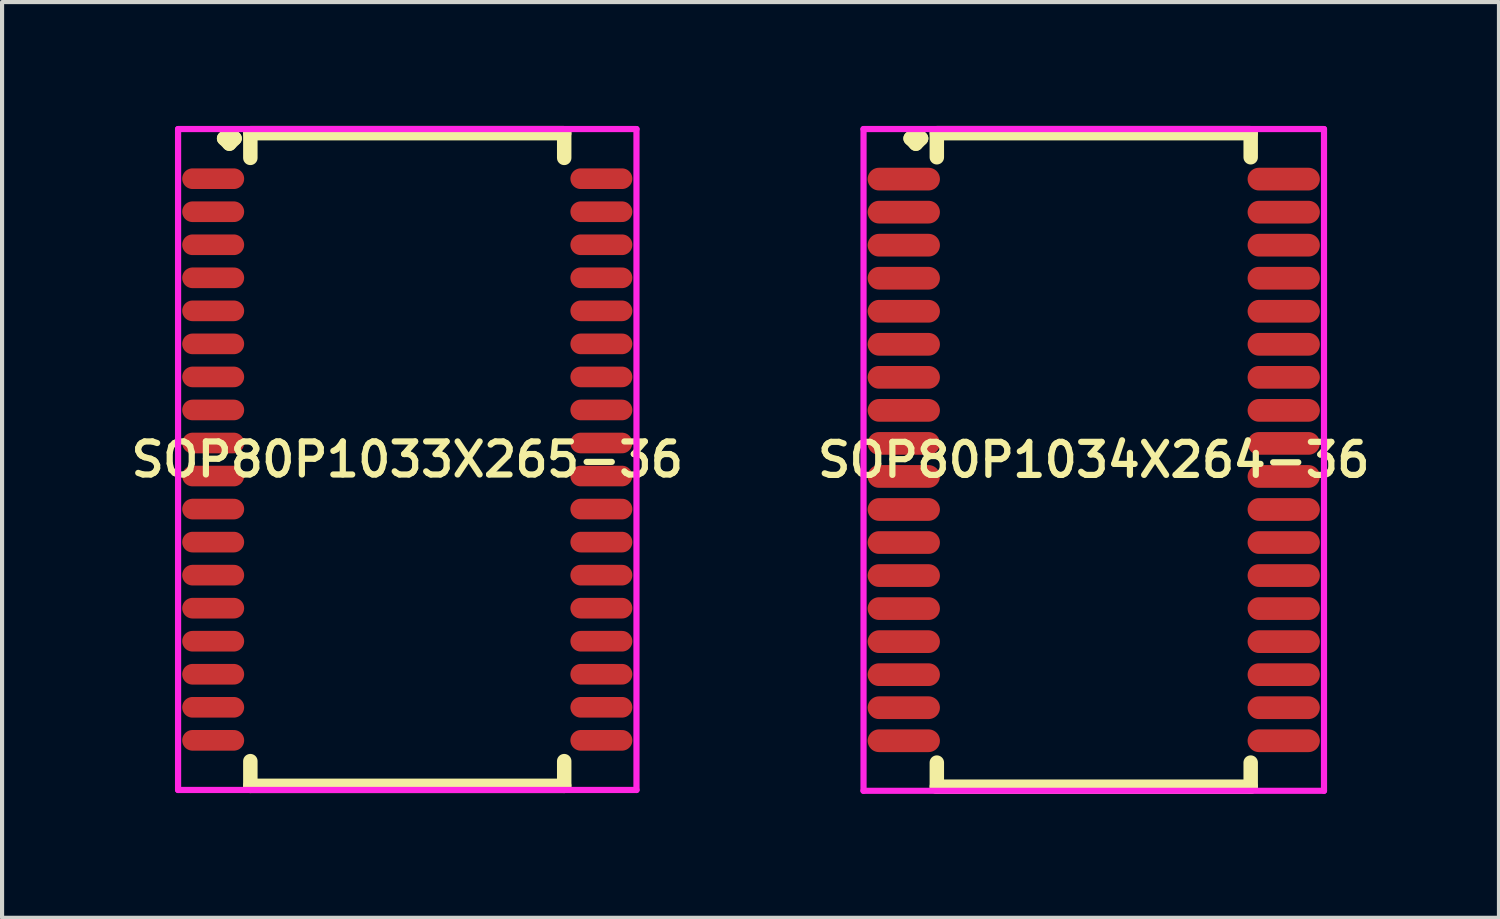
<source format=kicad_pcb>
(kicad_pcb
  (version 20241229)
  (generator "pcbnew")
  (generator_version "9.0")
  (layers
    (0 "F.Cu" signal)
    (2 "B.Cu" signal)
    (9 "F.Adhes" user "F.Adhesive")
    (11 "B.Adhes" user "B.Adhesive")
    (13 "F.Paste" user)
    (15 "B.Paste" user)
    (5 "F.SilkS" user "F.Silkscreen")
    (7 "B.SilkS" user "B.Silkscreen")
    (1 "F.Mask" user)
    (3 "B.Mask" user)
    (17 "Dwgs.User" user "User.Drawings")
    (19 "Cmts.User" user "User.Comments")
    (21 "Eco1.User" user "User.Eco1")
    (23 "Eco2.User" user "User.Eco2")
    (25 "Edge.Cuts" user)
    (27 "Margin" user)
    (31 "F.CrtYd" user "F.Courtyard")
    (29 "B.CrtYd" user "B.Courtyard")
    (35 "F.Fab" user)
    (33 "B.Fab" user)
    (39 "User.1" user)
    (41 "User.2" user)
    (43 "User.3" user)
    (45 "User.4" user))
  (footprint "SOP80P1034X264-36"
    (layer "F.Cu")
    (at 23.435 8.087)
    (property "Reference" "SOP80P1034X264-36" (at 0 0 0) (layer "F.SilkS") (effects (font (size 0.8 0.8) (thickness 0.15))))
    (attr smd)
    (fp_line (start -4.435 -7.785) (end -4.308 -7.912) (stroke (width 0.35) (type solid)) (layer "F.SilkS"))
    (fp_line (start -4.308 -7.912) (end -4.181 -7.785) (stroke (width 0.35) (type solid)) (layer "F.SilkS"))
    (fp_line (start -4.308 -7.658) (end -4.435 -7.785) (stroke (width 0.35) (type solid)) (layer "F.SilkS"))
    (fp_line (start -4.181 -7.785) (end -4.308 -7.658) (stroke (width 0.35) (type solid)) (layer "F.SilkS"))
    (fp_line (start -3.8 -7.912) (end 3.8 -7.912) (stroke (width 0.35) (type solid)) (layer "F.SilkS"))
    (fp_line (start -3.8 -7.329) (end -3.8 -7.912) (stroke (width 0.35) (type solid)) (layer "F.SilkS"))
    (fp_line (start -3.8 7.329) (end -3.8 7.912) (stroke (width 0.35) (type solid)) (layer "F.SilkS"))
    (fp_line (start -3.8 7.912) (end 3.8 7.912) (stroke (width 0.35) (type solid)) (layer "F.SilkS"))
    (fp_line (start 3.8 -7.912) (end 3.8 -7.329) (stroke (width 0.35) (type solid)) (layer "F.SilkS"))
    (fp_line (start 3.8 7.912) (end 3.8 7.329) (stroke (width 0.35) (type solid)) (layer "F.SilkS"))
    (fp_line (start -5.575 -8.012) (end 5.575 -8.012) (stroke (width 0.15) (type solid)) (layer "F.CrtYd"))
    (fp_line (start -5.575 8.012) (end -5.575 -8.012) (stroke (width 0.15) (type solid)) (layer "F.CrtYd"))
    (fp_line (start 5.575 -8.012) (end 5.575 8.012) (stroke (width 0.15) (type solid)) (layer "F.CrtYd"))
    (fp_line (start 5.575 8.012) (end -5.575 8.012) (stroke (width 0.15) (type solid)) (layer "F.CrtYd"))
    (pad "1" smd oval (at -4.6 -6.8) (size 1.75 0.55) (layers "F.Cu" "F.Mask" "F.Paste"))
    (pad "2" smd oval (at -4.6 -6) (size 1.75 0.55) (layers "F.Cu" "F.Mask" "F.Paste"))
    (pad "3" smd oval (at -4.6 -5.2) (size 1.75 0.55) (layers "F.Cu" "F.Mask" "F.Paste"))
    (pad "4" smd oval (at -4.6 -4.4) (size 1.75 0.55) (layers "F.Cu" "F.Mask" "F.Paste"))
    (pad "5" smd oval (at -4.6 -3.6) (size 1.75 0.55) (layers "F.Cu" "F.Mask" "F.Paste"))
    (pad "6" smd oval (at -4.6 -2.8) (size 1.75 0.55) (layers "F.Cu" "F.Mask" "F.Paste"))
    (pad "7" smd oval (at -4.6 -2) (size 1.75 0.55) (layers "F.Cu" "F.Mask" "F.Paste"))
    (pad "8" smd oval (at -4.6 -1.2) (size 1.75 0.55) (layers "F.Cu" "F.Mask" "F.Paste"))
    (pad "9" smd oval (at -4.6 -0.4) (size 1.75 0.55) (layers "F.Cu" "F.Mask" "F.Paste"))
    (pad "10" smd oval (at -4.6 0.4) (size 1.75 0.55) (layers "F.Cu" "F.Mask" "F.Paste"))
    (pad "11" smd oval (at -4.6 1.2) (size 1.75 0.55) (layers "F.Cu" "F.Mask" "F.Paste"))
    (pad "12" smd oval (at -4.6 2) (size 1.75 0.55) (layers "F.Cu" "F.Mask" "F.Paste"))
    (pad "13" smd oval (at -4.6 2.8) (size 1.75 0.55) (layers "F.Cu" "F.Mask" "F.Paste"))
    (pad "14" smd oval (at -4.6 3.6) (size 1.75 0.55) (layers "F.Cu" "F.Mask" "F.Paste"))
    (pad "15" smd oval (at -4.6 4.4) (size 1.75 0.55) (layers "F.Cu" "F.Mask" "F.Paste"))
    (pad "16" smd oval (at -4.6 5.2) (size 1.75 0.55) (layers "F.Cu" "F.Mask" "F.Paste"))
    (pad "17" smd oval (at -4.6 6) (size 1.75 0.55) (layers "F.Cu" "F.Mask" "F.Paste"))
    (pad "18" smd oval (at -4.6 6.8) (size 1.75 0.55) (layers "F.Cu" "F.Mask" "F.Paste"))
    (pad "19" smd oval (at 4.6 6.8) (size 1.75 0.55) (layers "F.Cu" "F.Mask" "F.Paste"))
    (pad "20" smd oval (at 4.6 6) (size 1.75 0.55) (layers "F.Cu" "F.Mask" "F.Paste"))
    (pad "21" smd oval (at 4.6 5.2) (size 1.75 0.55) (layers "F.Cu" "F.Mask" "F.Paste"))
    (pad "22" smd oval (at 4.6 4.4) (size 1.75 0.55) (layers "F.Cu" "F.Mask" "F.Paste"))
    (pad "23" smd oval (at 4.6 3.6) (size 1.75 0.55) (layers "F.Cu" "F.Mask" "F.Paste"))
    (pad "24" smd oval (at 4.6 2.8) (size 1.75 0.55) (layers "F.Cu" "F.Mask" "F.Paste"))
    (pad "25" smd oval (at 4.6 2) (size 1.75 0.55) (layers "F.Cu" "F.Mask" "F.Paste"))
    (pad "26" smd oval (at 4.6 1.2) (size 1.75 0.55) (layers "F.Cu" "F.Mask" "F.Paste"))
    (pad "27" smd oval (at 4.6 0.4) (size 1.75 0.55) (layers "F.Cu" "F.Mask" "F.Paste"))
    (pad "28" smd oval (at 4.6 -0.4) (size 1.75 0.55) (layers "F.Cu" "F.Mask" "F.Paste"))
    (pad "29" smd oval (at 4.6 -1.2) (size 1.75 0.55) (layers "F.Cu" "F.Mask" "F.Paste"))
    (pad "30" smd oval (at 4.6 -2) (size 1.75 0.55) (layers "F.Cu" "F.Mask" "F.Paste"))
    (pad "31" smd oval (at 4.6 -2.8) (size 1.75 0.55) (layers "F.Cu" "F.Mask" "F.Paste"))
    (pad "32" smd oval (at 4.6 -3.6) (size 1.75 0.55) (layers "F.Cu" "F.Mask" "F.Paste"))
    (pad "33" smd oval (at 4.6 -4.4) (size 1.75 0.55) (layers "F.Cu" "F.Mask" "F.Paste"))
    (pad "34" smd oval (at 4.6 -5.2) (size 1.75 0.55) (layers "F.Cu" "F.Mask" "F.Paste"))
    (pad "35" smd oval (at 4.6 -6) (size 1.75 0.55) (layers "F.Cu" "F.Mask" "F.Paste"))
    (pad "36" smd oval (at 4.6 -6.8) (size 1.75 0.55) (layers "F.Cu" "F.Mask" "F.Paste")))
  (footprint "SOP80P1033X265-36"
    (layer "F.Cu")
    (at 6.812 8.077)
    (property "Reference" "SOP80P1033X265-36" (at 0 0 0) (layer "F.SilkS") (effects (font (size 0.8 0.8) (thickness 0.15))))
    (attr smd)
    (fp_line (start -4.435 -7.775) (end -4.308 -7.902) (stroke (width 0.35) (type solid)) (layer "F.SilkS"))
    (fp_line (start -4.308 -7.902) (end -4.181 -7.775) (stroke (width 0.35) (type solid)) (layer "F.SilkS"))
    (fp_line (start -4.308 -7.648) (end -4.435 -7.775) (stroke (width 0.35) (type solid)) (layer "F.SilkS"))
    (fp_line (start -4.181 -7.775) (end -4.308 -7.648) (stroke (width 0.35) (type solid)) (layer "F.SilkS"))
    (fp_line (start -3.8 -7.902) (end 3.8 -7.902) (stroke (width 0.35) (type solid)) (layer "F.SilkS"))
    (fp_line (start -3.8 -7.304) (end -3.8 -7.902) (stroke (width 0.35) (type solid)) (layer "F.SilkS"))
    (fp_line (start -3.8 7.304) (end -3.8 7.902) (stroke (width 0.35) (type solid)) (layer "F.SilkS"))
    (fp_line (start -3.8 7.902) (end 3.8 7.902) (stroke (width 0.35) (type solid)) (layer "F.SilkS"))
    (fp_line (start 3.8 -7.902) (end 3.8 -7.304) (stroke (width 0.35) (type solid)) (layer "F.SilkS"))
    (fp_line (start 3.8 7.902) (end 3.8 7.304) (stroke (width 0.35) (type solid)) (layer "F.SilkS"))
    (fp_line (start -5.55 -8.002) (end 5.55 -8.002) (stroke (width 0.15) (type solid)) (layer "F.CrtYd"))
    (fp_line (start -5.55 8.002) (end -5.55 -8.002) (stroke (width 0.15) (type solid)) (layer "F.CrtYd"))
    (fp_line (start 5.55 -8.002) (end 5.55 8.002) (stroke (width 0.15) (type solid)) (layer "F.CrtYd"))
    (fp_line (start 5.55 8.002) (end -5.55 8.002) (stroke (width 0.15) (type solid)) (layer "F.CrtYd"))
    (pad "1" smd oval (at -4.7 -6.8) (size 1.5 0.5) (layers "F.Cu" "F.Mask" "F.Paste"))
    (pad "2" smd oval (at -4.7 -6) (size 1.5 0.5) (layers "F.Cu" "F.Mask" "F.Paste"))
    (pad "3" smd oval (at -4.7 -5.2) (size 1.5 0.5) (layers "F.Cu" "F.Mask" "F.Paste"))
    (pad "4" smd oval (at -4.7 -4.4) (size 1.5 0.5) (layers "F.Cu" "F.Mask" "F.Paste"))
    (pad "5" smd oval (at -4.7 -3.6) (size 1.5 0.5) (layers "F.Cu" "F.Mask" "F.Paste"))
    (pad "6" smd oval (at -4.7 -2.8) (size 1.5 0.5) (layers "F.Cu" "F.Mask" "F.Paste"))
    (pad "7" smd oval (at -4.7 -2) (size 1.5 0.5) (layers "F.Cu" "F.Mask" "F.Paste"))
    (pad "8" smd oval (at -4.7 -1.2) (size 1.5 0.5) (layers "F.Cu" "F.Mask" "F.Paste"))
    (pad "9" smd oval (at -4.7 -0.4) (size 1.5 0.5) (layers "F.Cu" "F.Mask" "F.Paste"))
    (pad "10" smd oval (at -4.7 0.4) (size 1.5 0.5) (layers "F.Cu" "F.Mask" "F.Paste"))
    (pad "11" smd oval (at -4.7 1.2) (size 1.5 0.5) (layers "F.Cu" "F.Mask" "F.Paste"))
    (pad "12" smd oval (at -4.7 2) (size 1.5 0.5) (layers "F.Cu" "F.Mask" "F.Paste"))
    (pad "13" smd oval (at -4.7 2.8) (size 1.5 0.5) (layers "F.Cu" "F.Mask" "F.Paste"))
    (pad "14" smd oval (at -4.7 3.6) (size 1.5 0.5) (layers "F.Cu" "F.Mask" "F.Paste"))
    (pad "15" smd oval (at -4.7 4.4) (size 1.5 0.5) (layers "F.Cu" "F.Mask" "F.Paste"))
    (pad "16" smd oval (at -4.7 5.2) (size 1.5 0.5) (layers "F.Cu" "F.Mask" "F.Paste"))
    (pad "17" smd oval (at -4.7 6) (size 1.5 0.5) (layers "F.Cu" "F.Mask" "F.Paste"))
    (pad "18" smd oval (at -4.7 6.8) (size 1.5 0.5) (layers "F.Cu" "F.Mask" "F.Paste"))
    (pad "19" smd oval (at 4.7 6.8) (size 1.5 0.5) (layers "F.Cu" "F.Mask" "F.Paste"))
    (pad "20" smd oval (at 4.7 6) (size 1.5 0.5) (layers "F.Cu" "F.Mask" "F.Paste"))
    (pad "21" smd oval (at 4.7 5.2) (size 1.5 0.5) (layers "F.Cu" "F.Mask" "F.Paste"))
    (pad "22" smd oval (at 4.7 4.4) (size 1.5 0.5) (layers "F.Cu" "F.Mask" "F.Paste"))
    (pad "23" smd oval (at 4.7 3.6) (size 1.5 0.5) (layers "F.Cu" "F.Mask" "F.Paste"))
    (pad "24" smd oval (at 4.7 2.8) (size 1.5 0.5) (layers "F.Cu" "F.Mask" "F.Paste"))
    (pad "25" smd oval (at 4.7 2) (size 1.5 0.5) (layers "F.Cu" "F.Mask" "F.Paste"))
    (pad "26" smd oval (at 4.7 1.2) (size 1.5 0.5) (layers "F.Cu" "F.Mask" "F.Paste"))
    (pad "27" smd oval (at 4.7 0.4) (size 1.5 0.5) (layers "F.Cu" "F.Mask" "F.Paste"))
    (pad "28" smd oval (at 4.7 -0.4) (size 1.5 0.5) (layers "F.Cu" "F.Mask" "F.Paste"))
    (pad "29" smd oval (at 4.7 -1.2) (size 1.5 0.5) (layers "F.Cu" "F.Mask" "F.Paste"))
    (pad "30" smd oval (at 4.7 -2) (size 1.5 0.5) (layers "F.Cu" "F.Mask" "F.Paste"))
    (pad "31" smd oval (at 4.7 -2.8) (size 1.5 0.5) (layers "F.Cu" "F.Mask" "F.Paste"))
    (pad "32" smd oval (at 4.7 -3.6) (size 1.5 0.5) (layers "F.Cu" "F.Mask" "F.Paste"))
    (pad "33" smd oval (at 4.7 -4.4) (size 1.5 0.5) (layers "F.Cu" "F.Mask" "F.Paste"))
    (pad "34" smd oval (at 4.7 -5.2) (size 1.5 0.5) (layers "F.Cu" "F.Mask" "F.Paste"))
    (pad "35" smd oval (at 4.7 -6) (size 1.5 0.5) (layers "F.Cu" "F.Mask" "F.Paste"))
    (pad "36" smd oval (at 4.7 -6.8) (size 1.5 0.5) (layers "F.Cu" "F.Mask" "F.Paste")))
  (gr_rect
    (start -3 -3)
    (end 33.247 19.174)
    (stroke (width 0.1) (type default))
    (fill no)
    (layer "Edge.Cuts")))
</source>
